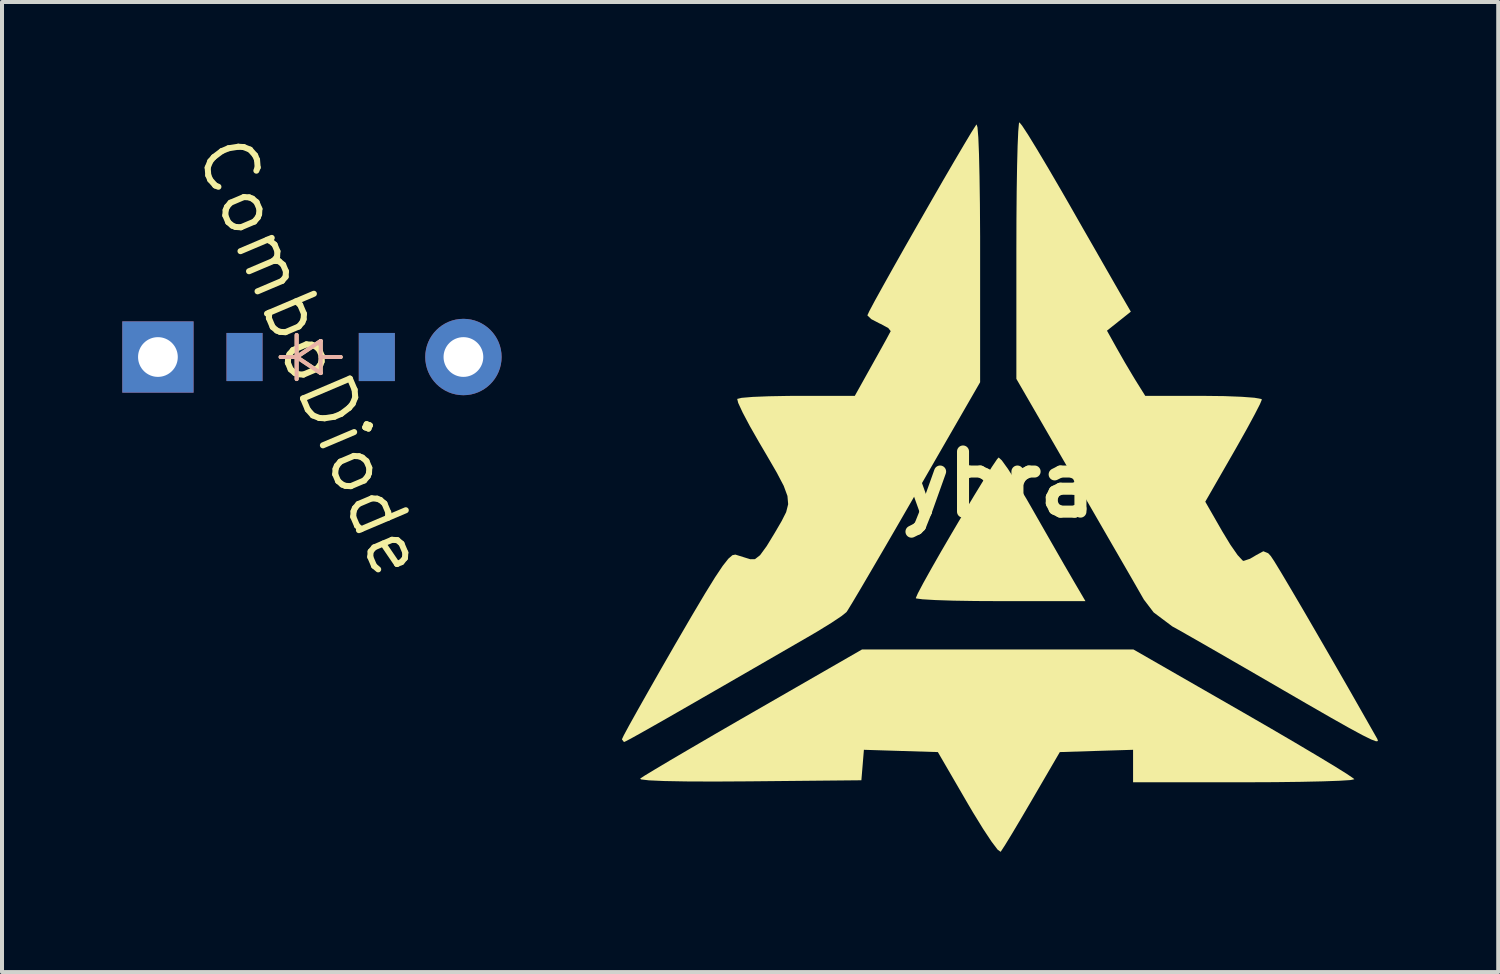
<source format=kicad_pcb>
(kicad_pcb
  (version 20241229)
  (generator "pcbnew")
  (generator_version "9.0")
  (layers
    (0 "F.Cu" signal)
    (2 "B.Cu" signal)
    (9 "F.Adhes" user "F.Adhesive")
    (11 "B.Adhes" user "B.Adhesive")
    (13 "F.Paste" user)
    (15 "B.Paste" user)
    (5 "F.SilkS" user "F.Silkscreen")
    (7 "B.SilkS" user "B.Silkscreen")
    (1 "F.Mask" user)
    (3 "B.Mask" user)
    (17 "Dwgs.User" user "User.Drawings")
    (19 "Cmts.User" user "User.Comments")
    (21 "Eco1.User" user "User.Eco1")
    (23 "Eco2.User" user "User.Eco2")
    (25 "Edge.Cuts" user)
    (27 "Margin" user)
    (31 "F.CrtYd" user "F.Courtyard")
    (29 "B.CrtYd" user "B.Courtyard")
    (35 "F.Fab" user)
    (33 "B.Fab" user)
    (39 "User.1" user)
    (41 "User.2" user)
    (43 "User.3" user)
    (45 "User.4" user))
  (footprint "ComboDiode"
    (layer "F.Cu")
    (at 4.699 5.855)
    (property "Reference" "ComboDiode" (at 0 0 113) (layer "F.SilkS") (effects (font (size 1.27 1.27) (thickness 0.15))))
    (attr through_hole)
    (fp_line (start -0.75 0) (end -0.35 0) (stroke (width 0.1) (type solid)) (layer "F.SilkS"))
    (fp_line (start -0.35 0) (end -0.35 -0.55) (stroke (width 0.1) (type solid)) (layer "F.SilkS"))
    (fp_line (start -0.35 0) (end -0.35 0.55) (stroke (width 0.1) (type solid)) (layer "F.SilkS"))
    (fp_line (start -0.35 0) (end 0.25 -0.4) (stroke (width 0.1) (type solid)) (layer "F.SilkS"))
    (fp_line (start 0.25 -0.4) (end 0.25 0.4) (stroke (width 0.1) (type solid)) (layer "F.SilkS"))
    (fp_line (start 0.25 0) (end 0.75 0) (stroke (width 0.1) (type solid)) (layer "F.SilkS"))
    (fp_line (start 0.25 0.4) (end -0.35 0) (stroke (width 0.1) (type solid)) (layer "F.SilkS"))
    (fp_line (start -0.75 0) (end -0.35 0) (stroke (width 0.1) (type solid)) (layer "B.SilkS"))
    (fp_line (start -0.35 0) (end -0.35 -0.55) (stroke (width 0.1) (type solid)) (layer "B.SilkS"))
    (fp_line (start -0.35 0) (end -0.35 0.55) (stroke (width 0.1) (type solid)) (layer "B.SilkS"))
    (fp_line (start -0.35 0) (end 0.25 -0.4) (stroke (width 0.1) (type solid)) (layer "B.SilkS"))
    (fp_line (start 0.25 -0.4) (end 0.25 0.4) (stroke (width 0.1) (type solid)) (layer "B.SilkS"))
    (fp_line (start 0.25 0) (end 0.75 0) (stroke (width 0.1) (type solid)) (layer "B.SilkS"))
    (fp_line (start 0.25 0.4) (end -0.35 0) (stroke (width 0.1) (type solid)) (layer "B.SilkS"))
    (pad "1" thru_hole rect (at -3.81 -0.000001) (size 1.778 1.778) (drill 0.991) (layers "*.Cu" "*.Mask"))
    (pad "1" smd rect (at -1.65 0) (size 0.9 1.2) (layers "F.Cu" "F.Mask" "F.Paste"))
    (pad "1" smd rect (at -1.65 0) (size 0.9 1.2) (layers "B.Cu" "B.Mask" "B.Paste"))
    (pad "2" smd rect (at 1.65 0) (size 0.9 1.2) (layers "F.Cu" "F.Mask" "F.Paste"))
    (pad "2" smd rect (at 1.65 0) (size 0.9 1.2) (layers "B.Cu" "B.Mask" "B.Paste"))
    (pad "2" thru_hole circle (at 3.81 0.000001) (size 1.905 1.905) (drill 0.991) (layers "*.Cu" "*.Mask")))
  (footprint "cybran"
    (layer "F.Cu")
    (at 21.899 9.033)
    (property "Reference" "cybran" (at 0 0 0) (layer "F.SilkS") (effects (font (size 1.5 1.5) (thickness 0.3))))
    (attr board_only exclude_from_pos_files exclude_from_bom)
    (fp_poly (pts (xy 0.039 -0.6) (xy 0.195 -0.383) (xy 0.408 -0.049) (xy 0.66 0.371) (xy 0.779 0.578) (xy 1.069 1.086) (xy 1.352 1.58) (xy 1.6 2.012) (xy 1.785 2.33) (xy 1.816 2.384) (xy 2.125 2.911) (xy 0.008 2.911) (xy -0.619 2.908) (xy -1.172 2.899) (xy -1.622 2.884) (xy -1.94 2.865) (xy -2.096 2.844) (xy -2.107 2.836) (xy -2.057 2.72) (xy -1.923 2.466) (xy -1.723 2.107) (xy -1.477 1.676) (xy -1.202 1.205) (xy -0.919 0.725) (xy -0.646 0.27) (xy -0.402 -0.129) (xy -0.207 -0.44) (xy -0.079 -0.629) (xy -0.04 -0.672)) (stroke (width 0) (type solid)) (fill yes) (layer "F.SilkS"))
    (fp_poly (pts (xy 6.075 5.697) (xy 6.748 6.086) (xy 7.362 6.445) (xy 7.896 6.762) (xy 8.329 7.023) (xy 8.64 7.217) (xy 8.808 7.331) (xy 8.832 7.354) (xy 8.736 7.374) (xy 8.466 7.391) (xy 8.046 7.406) (xy 7.502 7.418) (xy 6.859 7.426) (xy 6.144 7.429) (xy 6.074 7.429) (xy 3.313 7.429) (xy 3.313 7.024) (xy 3.313 6.619) (xy 2.4 6.647) (xy 1.486 6.676) (xy 0.784 7.881) (xy 0.524 8.324) (xy 0.297 8.706) (xy 0.122 8.992) (xy 0.021 9.148) (xy 0.009 9.164) (xy -0.065 9.11) (xy -0.217 8.909) (xy -0.429 8.589) (xy -0.682 8.178) (xy -0.811 7.959) (xy -1.556 6.676) (xy -2.479 6.648) (xy -3.401 6.619) (xy -3.432 6.999) (xy -3.464 7.379) (xy -6.271 7.406) (xy -7.128 7.411) (xy -7.836 7.408) (xy -8.385 7.398) (xy -8.763 7.381) (xy -8.958 7.358) (xy -8.982 7.338) (xy -8.874 7.266) (xy -8.613 7.108) (xy -8.222 6.875) (xy -7.722 6.582) (xy -7.136 6.24) (xy -6.484 5.863) (xy -6.166 5.68) (xy -3.447 4.116) (xy -0.063 4.116) (xy 3.321 4.116)) (stroke (width 0) (type solid)) (fill yes) (layer "F.SilkS"))
    (fp_poly (pts (xy 0.546 -8.948) (xy 0.699 -8.714) (xy 0.92 -8.353) (xy 1.196 -7.89) (xy 1.511 -7.35) (xy 1.707 -7.01) (xy 2.048 -6.412) (xy 2.368 -5.855) (xy 2.647 -5.367) (xy 2.87 -4.978) (xy 3.018 -4.72) (xy 3.059 -4.65) (xy 3.257 -4.309) (xy 2.959 -4.072) (xy 2.662 -3.835) (xy 2.905 -3.399) (xy 3.109 -3.041) (xy 3.324 -2.68) (xy 3.382 -2.585) (xy 3.617 -2.209) (xy 5.071 -2.209) (xy 5.588 -2.203) (xy 6.024 -2.186) (xy 6.342 -2.162) (xy 6.509 -2.131) (xy 6.526 -2.118) (xy 6.478 -2.002) (xy 6.347 -1.747) (xy 6.152 -1.386) (xy 5.909 -0.954) (xy 5.82 -0.798) (xy 5.114 0.431) (xy 5.537 1.169) (xy 5.741 1.505) (xy 5.92 1.762) (xy 6.044 1.896) (xy 6.069 1.908) (xy 6.23 1.854) (xy 6.39 1.76) (xy 6.562 1.667) (xy 6.683 1.716) (xy 6.747 1.785) (xy 6.833 1.914) (xy 7.005 2.196) (xy 7.25 2.609) (xy 7.557 3.131) (xy 7.911 3.741) (xy 8.301 4.415) (xy 8.714 5.134) (xy 9.136 5.875) (xy 9.406 6.35) (xy 9.421 6.401) (xy 9.374 6.407) (xy 9.249 6.36) (xy 9.029 6.251) (xy 8.699 6.072) (xy 8.243 5.815) (xy 7.643 5.47) (xy 7.027 5.113) (xy 6.389 4.743) (xy 5.783 4.393) (xy 5.238 4.079) (xy 4.784 3.819) (xy 4.45 3.629) (xy 4.291 3.541) (xy 3.826 3.192) (xy 3.581 2.87) (xy 3.471 2.678) (xy 3.276 2.338) (xy 3.01 1.878) (xy 2.689 1.323) (xy 2.329 0.699) (xy 1.944 0.033) (xy 1.875 -0.087) (xy 0.402 -2.633) (xy 0.402 -5.834) (xy 0.404 -6.613) (xy 0.41 -7.323) (xy 0.42 -7.941) (xy 0.433 -8.442) (xy 0.449 -8.804) (xy 0.466 -9.002) (xy 0.477 -9.033)) (stroke (width 0) (type solid)) (fill yes) (layer "F.SilkS"))
    (fp_poly (pts (xy -0.568 -8.909) (xy -0.547 -8.655) (xy -0.53 -8.237) (xy -0.517 -7.674) (xy -0.507 -6.984) (xy -0.502 -6.186) (xy -0.502 -5.813) (xy -0.502 -2.549) (xy -2.119 0.256) (xy -2.515 0.942) (xy -2.882 1.575) (xy -3.208 2.133) (xy -3.478 2.594) (xy -3.682 2.937) (xy -3.806 3.14) (xy -3.835 3.184) (xy -3.962 3.286) (xy -4.219 3.457) (xy -4.562 3.668) (xy -4.753 3.78) (xy -5.816 4.394) (xy -6.715 4.913) (xy -7.464 5.344) (xy -8.071 5.693) (xy -8.549 5.966) (xy -8.908 6.169) (xy -9.159 6.309) (xy -9.313 6.392) (xy -9.382 6.424) (xy -9.386 6.425) (xy -9.437 6.358) (xy -9.389 6.256) (xy -9.253 6.004) (xy -9.042 5.626) (xy -8.77 5.145) (xy -8.45 4.583) (xy -8.11 3.992) (xy -7.696 3.281) (xy -7.368 2.729) (xy -7.114 2.318) (xy -6.923 2.032) (xy -6.782 1.853) (xy -6.681 1.765) (xy -6.608 1.75) (xy -6.604 1.751) (xy -6.348 1.831) (xy -6.234 1.866) (xy -6.118 1.864) (xy -5.991 1.765) (xy -5.826 1.539) (xy -5.623 1.206) (xy -5.454 0.916) (xy -5.34 0.691) (xy -5.29 0.493) (xy -5.308 0.287) (xy -5.401 0.035) (xy -5.577 -0.3) (xy -5.84 -0.753) (xy -6.017 -1.054) (xy -6.246 -1.455) (xy -6.425 -1.793) (xy -6.536 -2.032) (xy -6.561 -2.133) (xy -6.449 -2.16) (xy -6.173 -2.183) (xy -5.771 -2.199) (xy -5.279 -2.208) (xy -5.071 -2.209) (xy -3.628 -2.209) (xy -3.195 -2.985) (xy -2.998 -3.338) (xy -2.84 -3.623) (xy -2.747 -3.796) (xy -2.732 -3.824) (xy -2.794 -3.901) (xy -2.982 -4.003) (xy -3.008 -4.014) (xy -3.216 -4.122) (xy -3.312 -4.214) (xy -3.313 -4.22) (xy -3.265 -4.324) (xy -3.132 -4.574) (xy -2.929 -4.941) (xy -2.673 -5.399) (xy -2.38 -5.918) (xy -2.064 -6.472) (xy -1.743 -7.032) (xy -1.433 -7.571) (xy -1.148 -8.06) (xy -0.905 -8.472) (xy -0.721 -8.78) (xy -0.61 -8.954) (xy -0.591 -8.98)) (stroke (width 0) (type solid)) (fill yes) (layer "F.SilkS")))
  (gr_rect
    (start -3 -3)
    (end 34.32 21.196)
    (stroke (width 0.1) (type default))
    (fill no)
    (layer "Edge.Cuts")))
</source>
